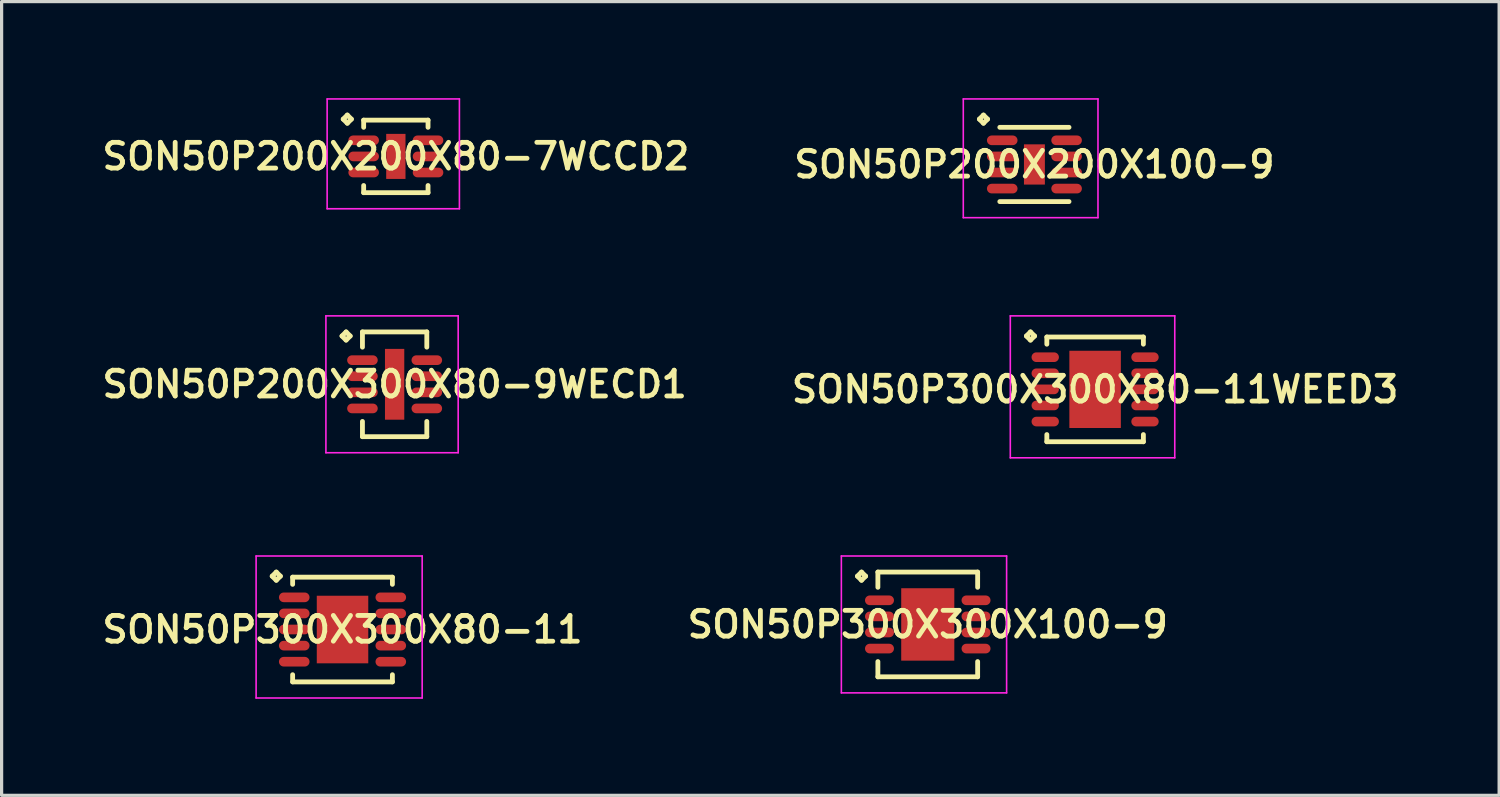
<source format=kicad_pcb>
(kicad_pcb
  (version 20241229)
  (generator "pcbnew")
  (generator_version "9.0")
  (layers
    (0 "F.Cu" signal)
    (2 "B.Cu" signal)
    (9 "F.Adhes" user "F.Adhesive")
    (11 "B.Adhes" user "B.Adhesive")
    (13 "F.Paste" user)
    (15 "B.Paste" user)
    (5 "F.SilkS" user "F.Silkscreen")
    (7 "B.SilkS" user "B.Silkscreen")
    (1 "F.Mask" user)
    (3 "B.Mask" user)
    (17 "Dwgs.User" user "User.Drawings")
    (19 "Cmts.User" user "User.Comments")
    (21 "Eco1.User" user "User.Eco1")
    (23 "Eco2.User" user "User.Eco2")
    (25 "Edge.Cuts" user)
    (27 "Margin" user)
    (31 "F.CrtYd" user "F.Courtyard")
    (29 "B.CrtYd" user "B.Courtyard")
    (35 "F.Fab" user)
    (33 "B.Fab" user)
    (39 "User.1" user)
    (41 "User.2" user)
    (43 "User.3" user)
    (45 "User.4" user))
  (footprint "SON50P300X300X80-11WEED3"
    (layer "F.Cu")
    (at 30.978 9.049)
    (property "Reference" "SON50P300X300X80-11WEED3" (at 0 0 0) (layer "F.SilkS") (effects (font (size 0.8 0.8) (thickness 0.15))))
    (attr smd)
    (fp_line (start -2.135 -1.658) (end -2.008 -1.785) (stroke (width 0.15) (type solid)) (layer "F.SilkS"))
    (fp_line (start -2.008 -1.785) (end -1.881 -1.658) (stroke (width 0.15) (type solid)) (layer "F.SilkS"))
    (fp_line (start -2.008 -1.531) (end -2.135 -1.658) (stroke (width 0.15) (type solid)) (layer "F.SilkS"))
    (fp_line (start -1.881 -1.658) (end -2.008 -1.531) (stroke (width 0.15) (type solid)) (layer "F.SilkS"))
    (fp_line (start -1.5 -1.627) (end 1.5 -1.627) (stroke (width 0.15) (type solid)) (layer "F.SilkS"))
    (fp_line (start -1.5 -1.404) (end -1.5 -1.627) (stroke (width 0.15) (type solid)) (layer "F.SilkS"))
    (fp_line (start -1.5 1.404) (end -1.5 1.627) (stroke (width 0.15) (type solid)) (layer "F.SilkS"))
    (fp_line (start -1.5 1.627) (end 1.5 1.627) (stroke (width 0.15) (type solid)) (layer "F.SilkS"))
    (fp_line (start 1.5 -1.627) (end 1.5 -1.404) (stroke (width 0.15) (type solid)) (layer "F.SilkS"))
    (fp_line (start 1.5 1.627) (end 1.5 1.404) (stroke (width 0.15) (type solid)) (layer "F.SilkS"))
    (fp_line (start -2.635 -2.285) (end 2.475 -2.285) (stroke (width 0.05) (type solid)) (layer "F.CrtYd"))
    (fp_line (start -2.635 2.127) (end -2.635 -2.285) (stroke (width 0.05) (type solid)) (layer "F.CrtYd"))
    (fp_line (start 2.475 -2.285) (end 2.475 2.127) (stroke (width 0.05) (type solid)) (layer "F.CrtYd"))
    (fp_line (start 2.475 2.127) (end -2.635 2.127) (stroke (width 0.05) (type solid)) (layer "F.CrtYd"))
    (pad "1" smd oval (at -1.55 -1) (size 0.85 0.3) (layers "F.Cu" "F.Mask" "F.Paste"))
    (pad "2" smd oval (at -1.55 -0.5) (size 0.85 0.3) (layers "F.Cu" "F.Mask" "F.Paste"))
    (pad "3" smd oval (at -1.55 0) (size 0.85 0.3) (layers "F.Cu" "F.Mask" "F.Paste"))
    (pad "4" smd oval (at -1.55 0.5) (size 0.85 0.3) (layers "F.Cu" "F.Mask" "F.Paste"))
    (pad "5" smd oval (at -1.55 1) (size 0.85 0.3) (layers "F.Cu" "F.Mask" "F.Paste"))
    (pad "6" smd oval (at 1.55 1) (size 0.85 0.3) (layers "F.Cu" "F.Mask" "F.Paste"))
    (pad "7" smd oval (at 1.55 0.5) (size 0.85 0.3) (layers "F.Cu" "F.Mask" "F.Paste"))
    (pad "8" smd oval (at 1.55 0) (size 0.85 0.3) (layers "F.Cu" "F.Mask" "F.Paste"))
    (pad "9" smd oval (at 1.55 -0.5) (size 0.85 0.3) (layers "F.Cu" "F.Mask" "F.Paste"))
    (pad "10" smd oval (at 1.55 -1) (size 0.85 0.3) (layers "F.Cu" "F.Mask" "F.Paste"))
    (pad "11" smd rect (at 0 0) (size 1.6 2.4) (layers "F.Cu" "F.Mask" "F.Paste")))
  (footprint "SON50P200X200X80-7WCCD2"
    (layer "F.Cu")
    (at 9.25 1.81)
    (property "Reference" "SON50P200X200X80-7WCCD2" (at 0 0 0) (layer "F.SilkS") (effects (font (size 0.8 0.8) (thickness 0.15))))
    (attr smd)
    (fp_line (start -1.635 -1.158) (end -1.508 -1.285) (stroke (width 0.15) (type solid)) (layer "F.SilkS"))
    (fp_line (start -1.508 -1.285) (end -1.381 -1.158) (stroke (width 0.15) (type solid)) (layer "F.SilkS"))
    (fp_line (start -1.508 -1.031) (end -1.635 -1.158) (stroke (width 0.15) (type solid)) (layer "F.SilkS"))
    (fp_line (start -1.381 -1.158) (end -1.508 -1.031) (stroke (width 0.15) (type solid)) (layer "F.SilkS"))
    (fp_line (start -1 -1.127) (end 1 -1.127) (stroke (width 0.15) (type solid)) (layer "F.SilkS"))
    (fp_line (start -1 -0.904) (end -1 -1.127) (stroke (width 0.15) (type solid)) (layer "F.SilkS"))
    (fp_line (start -1 0.904) (end -1 1.127) (stroke (width 0.15) (type solid)) (layer "F.SilkS"))
    (fp_line (start -1 1.127) (end 1 1.127) (stroke (width 0.15) (type solid)) (layer "F.SilkS"))
    (fp_line (start 1 -1.127) (end 1 -0.904) (stroke (width 0.15) (type solid)) (layer "F.SilkS"))
    (fp_line (start 1 1.127) (end 1 0.904) (stroke (width 0.15) (type solid)) (layer "F.SilkS"))
    (fp_line (start -2.135 -1.785) (end 1.975 -1.785) (stroke (width 0.05) (type solid)) (layer "F.CrtYd"))
    (fp_line (start -2.135 1.627) (end -2.135 -1.785) (stroke (width 0.05) (type solid)) (layer "F.CrtYd"))
    (fp_line (start 1.975 -1.785) (end 1.975 1.627) (stroke (width 0.05) (type solid)) (layer "F.CrtYd"))
    (fp_line (start 1.975 1.627) (end -2.135 1.627) (stroke (width 0.05) (type solid)) (layer "F.CrtYd"))
    (pad "1" smd oval (at -1 -0.5) (size 0.95 0.3) (layers "F.Cu" "F.Mask" "F.Paste"))
    (pad "2" smd oval (at -1 0) (size 0.95 0.3) (layers "F.Cu" "F.Mask" "F.Paste"))
    (pad "3" smd oval (at -1 0.5) (size 0.95 0.3) (layers "F.Cu" "F.Mask" "F.Paste"))
    (pad "4" smd oval (at 1 0.5) (size 0.95 0.3) (layers "F.Cu" "F.Mask" "F.Paste"))
    (pad "5" smd oval (at 1 0) (size 0.95 0.3) (layers "F.Cu" "F.Mask" "F.Paste"))
    (pad "6" smd oval (at 1 -0.5) (size 0.95 0.3) (layers "F.Cu" "F.Mask" "F.Paste"))
    (pad "7" smd rect (at 0 0) (size 0.6 1.4) (layers "F.Cu" "F.Mask" "F.Paste")))
  (footprint "SON50P300X300X100-9"
    (layer "F.Cu")
    (at 25.778 16.353)
    (property "Reference" "SON50P300X300X100-9" (at 0 0 0) (layer "F.SilkS") (effects (font (size 0.8 0.8) (thickness 0.15))))
    (attr smd)
    (fp_line (start -2.185 -1.5) (end -2.058 -1.627) (stroke (width 0.15) (type solid)) (layer "F.SilkS"))
    (fp_line (start -2.058 -1.627) (end -1.931 -1.5) (stroke (width 0.15) (type solid)) (layer "F.SilkS"))
    (fp_line (start -2.058 -1.373) (end -2.185 -1.5) (stroke (width 0.15) (type solid)) (layer "F.SilkS"))
    (fp_line (start -1.931 -1.5) (end -2.058 -1.373) (stroke (width 0.15) (type solid)) (layer "F.SilkS"))
    (fp_line (start -1.55 -1.627) (end 1.55 -1.627) (stroke (width 0.15) (type solid)) (layer "F.SilkS"))
    (fp_line (start -1.55 -1.154) (end -1.55 -1.627) (stroke (width 0.15) (type solid)) (layer "F.SilkS"))
    (fp_line (start -1.55 1.154) (end -1.55 1.627) (stroke (width 0.15) (type solid)) (layer "F.SilkS"))
    (fp_line (start -1.55 1.627) (end 1.55 1.627) (stroke (width 0.15) (type solid)) (layer "F.SilkS"))
    (fp_line (start 1.55 -1.627) (end 1.55 -1.154) (stroke (width 0.15) (type solid)) (layer "F.SilkS"))
    (fp_line (start 1.55 1.627) (end 1.55 1.154) (stroke (width 0.15) (type solid)) (layer "F.SilkS"))
    (fp_line (start -2.685 -2.127) (end 2.45 -2.127) (stroke (width 0.05) (type solid)) (layer "F.CrtYd"))
    (fp_line (start -2.685 2.127) (end -2.685 -2.127) (stroke (width 0.05) (type solid)) (layer "F.CrtYd"))
    (fp_line (start 2.45 -2.127) (end 2.45 2.127) (stroke (width 0.05) (type solid)) (layer "F.CrtYd"))
    (fp_line (start 2.45 2.127) (end -2.685 2.127) (stroke (width 0.05) (type solid)) (layer "F.CrtYd"))
    (pad "1" smd oval (at -1.5 -0.75) (size 0.9 0.3) (layers "F.Cu" "F.Mask" "F.Paste"))
    (pad "2" smd oval (at -1.5 -0.25) (size 0.9 0.3) (layers "F.Cu" "F.Mask" "F.Paste"))
    (pad "3" smd oval (at -1.5 0.25) (size 0.9 0.3) (layers "F.Cu" "F.Mask" "F.Paste"))
    (pad "4" smd oval (at -1.5 0.75) (size 0.9 0.3) (layers "F.Cu" "F.Mask" "F.Paste"))
    (pad "5" smd oval (at 1.5 0.75) (size 0.9 0.3) (layers "F.Cu" "F.Mask" "F.Paste"))
    (pad "6" smd oval (at 1.5 0.25) (size 0.9 0.3) (layers "F.Cu" "F.Mask" "F.Paste"))
    (pad "7" smd oval (at 1.5 -0.25) (size 0.9 0.3) (layers "F.Cu" "F.Mask" "F.Paste"))
    (pad "8" smd oval (at 1.5 -0.75) (size 0.9 0.3) (layers "F.Cu" "F.Mask" "F.Paste"))
    (pad "9" smd rect (at 0 0) (size 1.65 2.25) (layers "F.Cu" "F.Mask" "F.Paste")))
  (footprint "SON50P200X300X80-9WECD1"
    (layer "F.Cu")
    (at 9.212 8.891)
    (property "Reference" "SON50P200X300X80-9WECD1" (at 0 0 0) (layer "F.SilkS") (effects (font (size 0.8 0.8) (thickness 0.15))))
    (attr smd)
    (fp_line (start -1.635 -1.5) (end -1.508 -1.627) (stroke (width 0.15) (type solid)) (layer "F.SilkS"))
    (fp_line (start -1.508 -1.627) (end -1.381 -1.5) (stroke (width 0.15) (type solid)) (layer "F.SilkS"))
    (fp_line (start -1.508 -1.373) (end -1.635 -1.5) (stroke (width 0.15) (type solid)) (layer "F.SilkS"))
    (fp_line (start -1.381 -1.5) (end -1.508 -1.373) (stroke (width 0.15) (type solid)) (layer "F.SilkS"))
    (fp_line (start -1 -1.627) (end 1 -1.627) (stroke (width 0.15) (type solid)) (layer "F.SilkS"))
    (fp_line (start -1 -1.154) (end -1 -1.627) (stroke (width 0.15) (type solid)) (layer "F.SilkS"))
    (fp_line (start -1 1.154) (end -1 1.627) (stroke (width 0.15) (type solid)) (layer "F.SilkS"))
    (fp_line (start -1 1.627) (end 1 1.627) (stroke (width 0.15) (type solid)) (layer "F.SilkS"))
    (fp_line (start 1 -1.627) (end 1 -1.154) (stroke (width 0.15) (type solid)) (layer "F.SilkS"))
    (fp_line (start 1 1.627) (end 1 1.154) (stroke (width 0.15) (type solid)) (layer "F.SilkS"))
    (fp_line (start -2.135 -2.127) (end 1.975 -2.127) (stroke (width 0.05) (type solid)) (layer "F.CrtYd"))
    (fp_line (start -2.135 2.127) (end -2.135 -2.127) (stroke (width 0.05) (type solid)) (layer "F.CrtYd"))
    (fp_line (start 1.975 -2.127) (end 1.975 2.127) (stroke (width 0.05) (type solid)) (layer "F.CrtYd"))
    (fp_line (start 1.975 2.127) (end -2.135 2.127) (stroke (width 0.05) (type solid)) (layer "F.CrtYd"))
    (pad "1" smd oval (at -1 -0.75) (size 0.95 0.3) (layers "F.Cu" "F.Mask" "F.Paste"))
    (pad "2" smd oval (at -1 -0.25) (size 0.95 0.3) (layers "F.Cu" "F.Mask" "F.Paste"))
    (pad "3" smd oval (at -1 0.25) (size 0.95 0.3) (layers "F.Cu" "F.Mask" "F.Paste"))
    (pad "4" smd oval (at -1 0.75) (size 0.95 0.3) (layers "F.Cu" "F.Mask" "F.Paste"))
    (pad "5" smd oval (at 1 0.75) (size 0.95 0.3) (layers "F.Cu" "F.Mask" "F.Paste"))
    (pad "6" smd oval (at 1 0.25) (size 0.95 0.3) (layers "F.Cu" "F.Mask" "F.Paste"))
    (pad "7" smd oval (at 1 -0.25) (size 0.95 0.3) (layers "F.Cu" "F.Mask" "F.Paste"))
    (pad "8" smd oval (at 1 -0.75) (size 0.95 0.3) (layers "F.Cu" "F.Mask" "F.Paste"))
    (pad "9" smd rect (at 0 0) (size 0.6 2.2) (layers "F.Cu" "F.Mask" "F.Paste")))
  (footprint "SON50P300X300X80-11"
    (layer "F.Cu")
    (at 7.593 16.511)
    (property "Reference" "SON50P300X300X80-11" (at 0 0 0) (layer "F.SilkS") (effects (font (size 0.8 0.8) (thickness 0.15))))
    (attr smd)
    (fp_line (start -2.185 -1.658) (end -2.058 -1.785) (stroke (width 0.15) (type solid)) (layer "F.SilkS"))
    (fp_line (start -2.058 -1.785) (end -1.931 -1.658) (stroke (width 0.15) (type solid)) (layer "F.SilkS"))
    (fp_line (start -2.058 -1.531) (end -2.185 -1.658) (stroke (width 0.15) (type solid)) (layer "F.SilkS"))
    (fp_line (start -1.931 -1.658) (end -2.058 -1.531) (stroke (width 0.15) (type solid)) (layer "F.SilkS"))
    (fp_line (start -1.55 -1.627) (end 1.55 -1.627) (stroke (width 0.15) (type solid)) (layer "F.SilkS"))
    (fp_line (start -1.55 -1.404) (end -1.55 -1.627) (stroke (width 0.15) (type solid)) (layer "F.SilkS"))
    (fp_line (start -1.55 1.404) (end -1.55 1.627) (stroke (width 0.15) (type solid)) (layer "F.SilkS"))
    (fp_line (start -1.55 1.627) (end 1.55 1.627) (stroke (width 0.15) (type solid)) (layer "F.SilkS"))
    (fp_line (start 1.55 -1.627) (end 1.55 -1.404) (stroke (width 0.15) (type solid)) (layer "F.SilkS"))
    (fp_line (start 1.55 1.627) (end 1.55 1.404) (stroke (width 0.15) (type solid)) (layer "F.SilkS"))
    (fp_line (start -2.685 -2.285) (end 2.475 -2.285) (stroke (width 0.05) (type solid)) (layer "F.CrtYd"))
    (fp_line (start -2.685 2.127) (end -2.685 -2.285) (stroke (width 0.05) (type solid)) (layer "F.CrtYd"))
    (fp_line (start 2.475 -2.285) (end 2.475 2.127) (stroke (width 0.05) (type solid)) (layer "F.CrtYd"))
    (fp_line (start 2.475 2.127) (end -2.685 2.127) (stroke (width 0.05) (type solid)) (layer "F.CrtYd"))
    (pad "1" smd oval (at -1.5 -1) (size 0.95 0.3) (layers "F.Cu" "F.Mask" "F.Paste"))
    (pad "2" smd oval (at -1.5 -0.5) (size 0.95 0.3) (layers "F.Cu" "F.Mask" "F.Paste"))
    (pad "3" smd oval (at -1.5 0) (size 0.95 0.3) (layers "F.Cu" "F.Mask" "F.Paste"))
    (pad "4" smd oval (at -1.5 0.5) (size 0.95 0.3) (layers "F.Cu" "F.Mask" "F.Paste"))
    (pad "5" smd oval (at -1.5 1) (size 0.95 0.3) (layers "F.Cu" "F.Mask" "F.Paste"))
    (pad "6" smd oval (at 1.5 1) (size 0.95 0.3) (layers "F.Cu" "F.Mask" "F.Paste"))
    (pad "7" smd oval (at 1.5 0.5) (size 0.95 0.3) (layers "F.Cu" "F.Mask" "F.Paste"))
    (pad "8" smd oval (at 1.5 0) (size 0.95 0.3) (layers "F.Cu" "F.Mask" "F.Paste"))
    (pad "9" smd oval (at 1.5 -0.5) (size 0.95 0.3) (layers "F.Cu" "F.Mask" "F.Paste"))
    (pad "10" smd oval (at 1.5 -1) (size 0.95 0.3) (layers "F.Cu" "F.Mask" "F.Paste"))
    (pad "11" smd rect (at 0 0) (size 1.6 2.1) (layers "F.Cu" "F.Mask" "F.Paste")))
  (footprint "SON50P200X200X100-9"
    (layer "F.Cu")
    (at 29.092 2.06)
    (property "Reference" "SON50P200X200X100-9" (at 0 0 0) (layer "F.SilkS") (effects (font (size 0.8 0.8) (thickness 0.15))))
    (attr smd)
    (fp_line (start -1.71 -1.408) (end -1.583 -1.535) (stroke (width 0.15) (type solid)) (layer "F.SilkS"))
    (fp_line (start -1.583 -1.535) (end -1.456 -1.408) (stroke (width 0.15) (type solid)) (layer "F.SilkS"))
    (fp_line (start -1.583 -1.281) (end -1.71 -1.408) (stroke (width 0.15) (type solid)) (layer "F.SilkS"))
    (fp_line (start -1.456 -1.408) (end -1.583 -1.281) (stroke (width 0.15) (type solid)) (layer "F.SilkS"))
    (fp_line (start -1.075 -1.154) (end 1.075 -1.154) (stroke (width 0.15) (type solid)) (layer "F.SilkS"))
    (fp_line (start -1.075 1.154) (end 1.075 1.154) (stroke (width 0.15) (type solid)) (layer "F.SilkS"))
    (fp_line (start -2.21 -2.035) (end 1.975 -2.035) (stroke (width 0.05) (type solid)) (layer "F.CrtYd"))
    (fp_line (start -2.21 1.654) (end -2.21 -2.035) (stroke (width 0.05) (type solid)) (layer "F.CrtYd"))
    (fp_line (start 1.975 -2.035) (end 1.975 1.654) (stroke (width 0.05) (type solid)) (layer "F.CrtYd"))
    (fp_line (start 1.975 1.654) (end -2.21 1.654) (stroke (width 0.05) (type solid)) (layer "F.CrtYd"))
    (pad "1" smd oval (at -1 -0.75) (size 0.95 0.3) (layers "F.Cu" "F.Mask" "F.Paste"))
    (pad "2" smd oval (at -1 -0.25) (size 0.95 0.3) (layers "F.Cu" "F.Mask" "F.Paste"))
    (pad "3" smd oval (at -1 0.25) (size 0.95 0.3) (layers "F.Cu" "F.Mask" "F.Paste"))
    (pad "4" smd oval (at -1 0.75) (size 0.95 0.3) (layers "F.Cu" "F.Mask" "F.Paste"))
    (pad "5" smd oval (at 1 0.75) (size 0.95 0.3) (layers "F.Cu" "F.Mask" "F.Paste"))
    (pad "6" smd oval (at 1 0.25) (size 0.95 0.3) (layers "F.Cu" "F.Mask" "F.Paste"))
    (pad "7" smd oval (at 1 -0.25) (size 0.95 0.3) (layers "F.Cu" "F.Mask" "F.Paste"))
    (pad "8" smd oval (at 1 -0.75) (size 0.95 0.3) (layers "F.Cu" "F.Mask" "F.Paste"))
    (pad "9" smd rect (at 0 0) (size 0.65 1.25) (layers "F.Cu" "F.Mask" "F.Paste")))
  (gr_rect
    (start -3 -3)
    (end 43.532 21.663)
    (stroke (width 0.1) (type default))
    (fill no)
    (layer "Edge.Cuts")))
</source>
